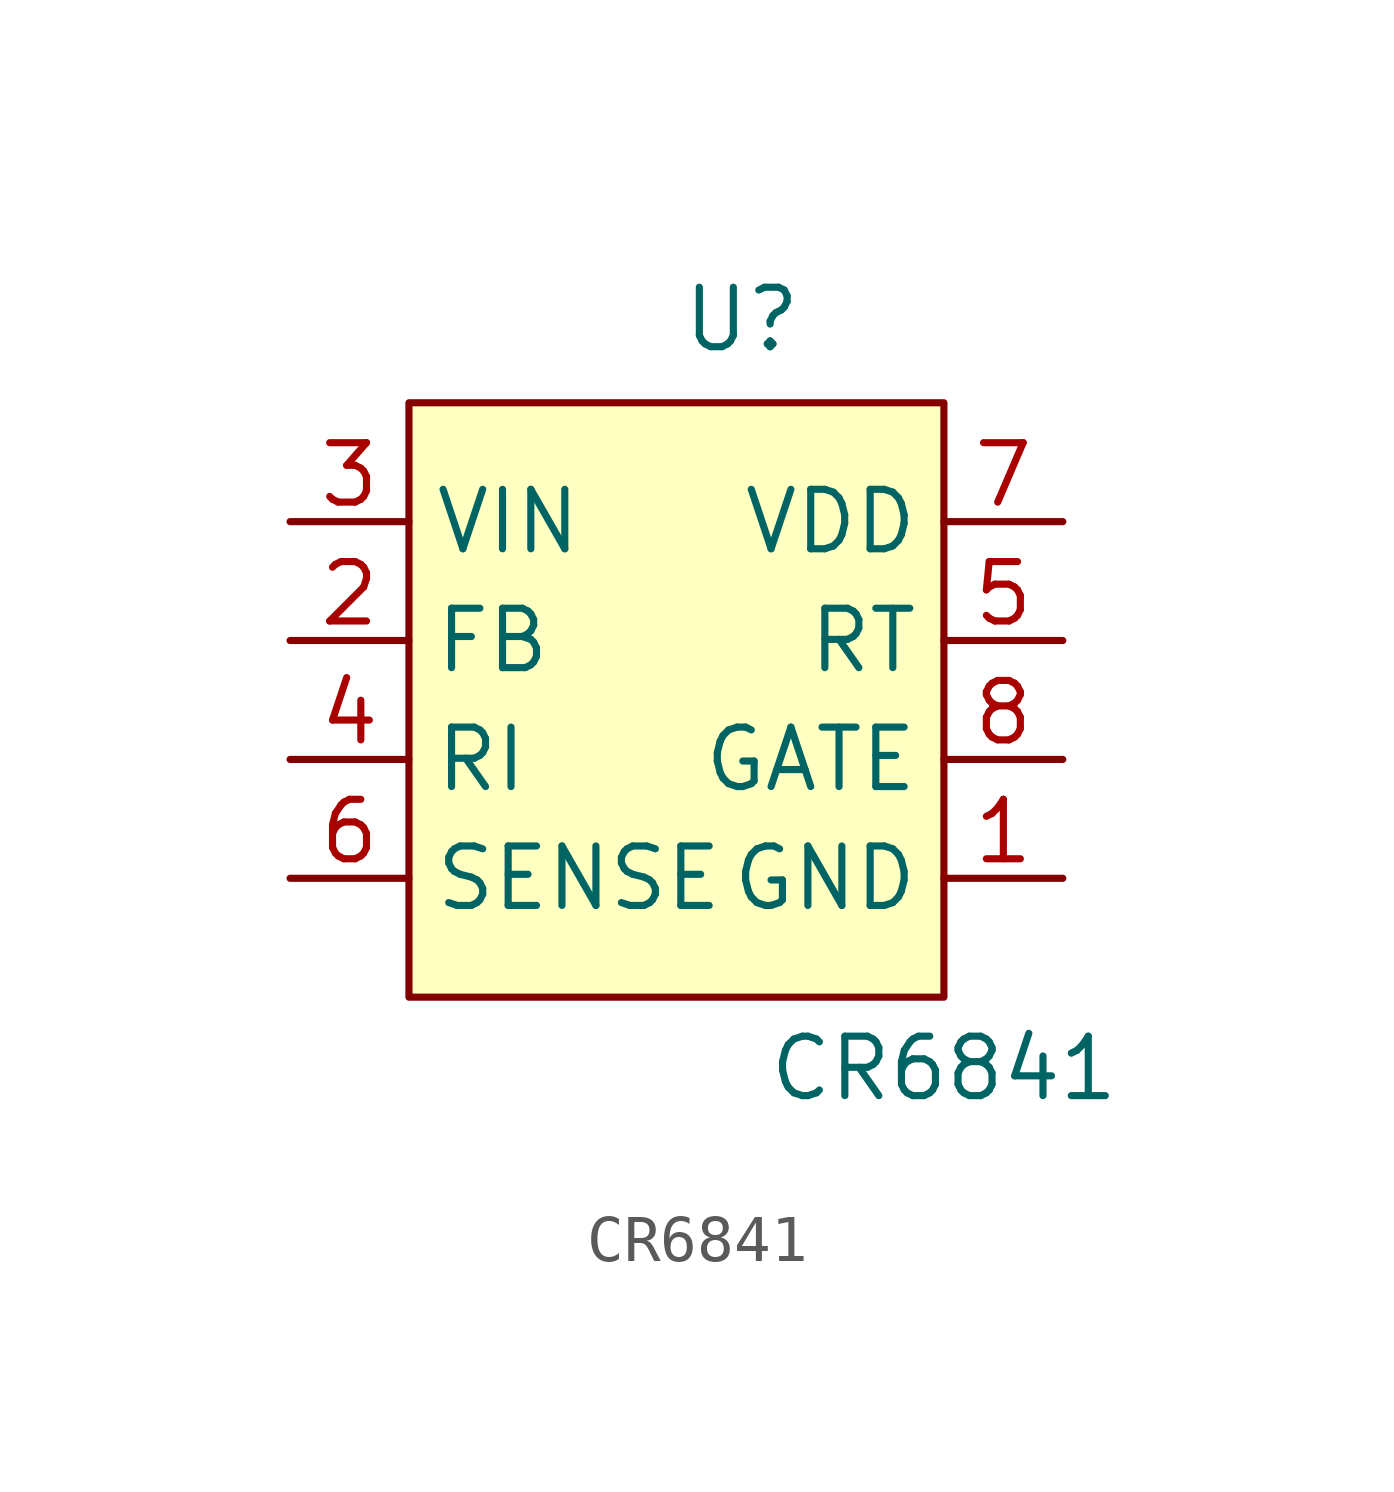
<source format=kicad_sym>
(kicad_symbol_lib
  (version 20231120)
  (generator "kicad_symbol_editor")
  (generator_version "8.0")
  (symbol "CR6841"
    (property "Reference" "U"
      (at 2.032 0.508 0)
      (effects (font (size 1.27 1.27))))
    (property "Value" "CR6841"
      (at 6.35 -15.494 0)
      (effects (font (size 1.27 1.27))))
    (symbol "CR6841_0_1"
      (rectangle (start -5.08 -1.27) (end 6.35 -13.97) (stroke (width 0) (type default)) (fill (type background))))
    (symbol "CR6841_1_1"
      (pin input line (at 8.89 -11.43 180) (length 2.54) (name "GND" (effects (font (size 1.27 1.27)))) (number "1" (effects (font (size 1.27 1.27)))))
      (pin input line (at -7.62 -6.35 0) (length 2.54) (name "FB" (effects (font (size 1.27 1.27)))) (number "2" (effects (font (size 1.27 1.27)))))
      (pin input line (at -7.62 -3.81 0) (length 2.54) (name "VIN" (effects (font (size 1.27 1.27)))) (number "3" (effects (font (size 1.27 1.27)))))
      (pin input line (at -7.62 -8.89 0) (length 2.54) (name "RI" (effects (font (size 1.27 1.27)))) (number "4" (effects (font (size 1.27 1.27)))))
      (pin input line (at 8.89 -6.35 180) (length 2.54) (name "RT" (effects (font (size 1.27 1.27)))) (number "5" (effects (font (size 1.27 1.27)))))
      (pin input line (at -7.62 -11.43 0) (length 2.54) (name "SENSE" (effects (font (size 1.27 1.27)))) (number "6" (effects (font (size 1.27 1.27)))))
      (pin input line (at 8.89 -3.81 180) (length 2.54) (name "VDD" (effects (font (size 1.27 1.27)))) (number "7" (effects (font (size 1.27 1.27)))))
      (pin input line (at 8.89 -8.89 180) (length 2.54) (name "GATE" (effects (font (size 1.27 1.27)))) (number "8" (effects (font (size 1.27 1.27))))))))
</source>
